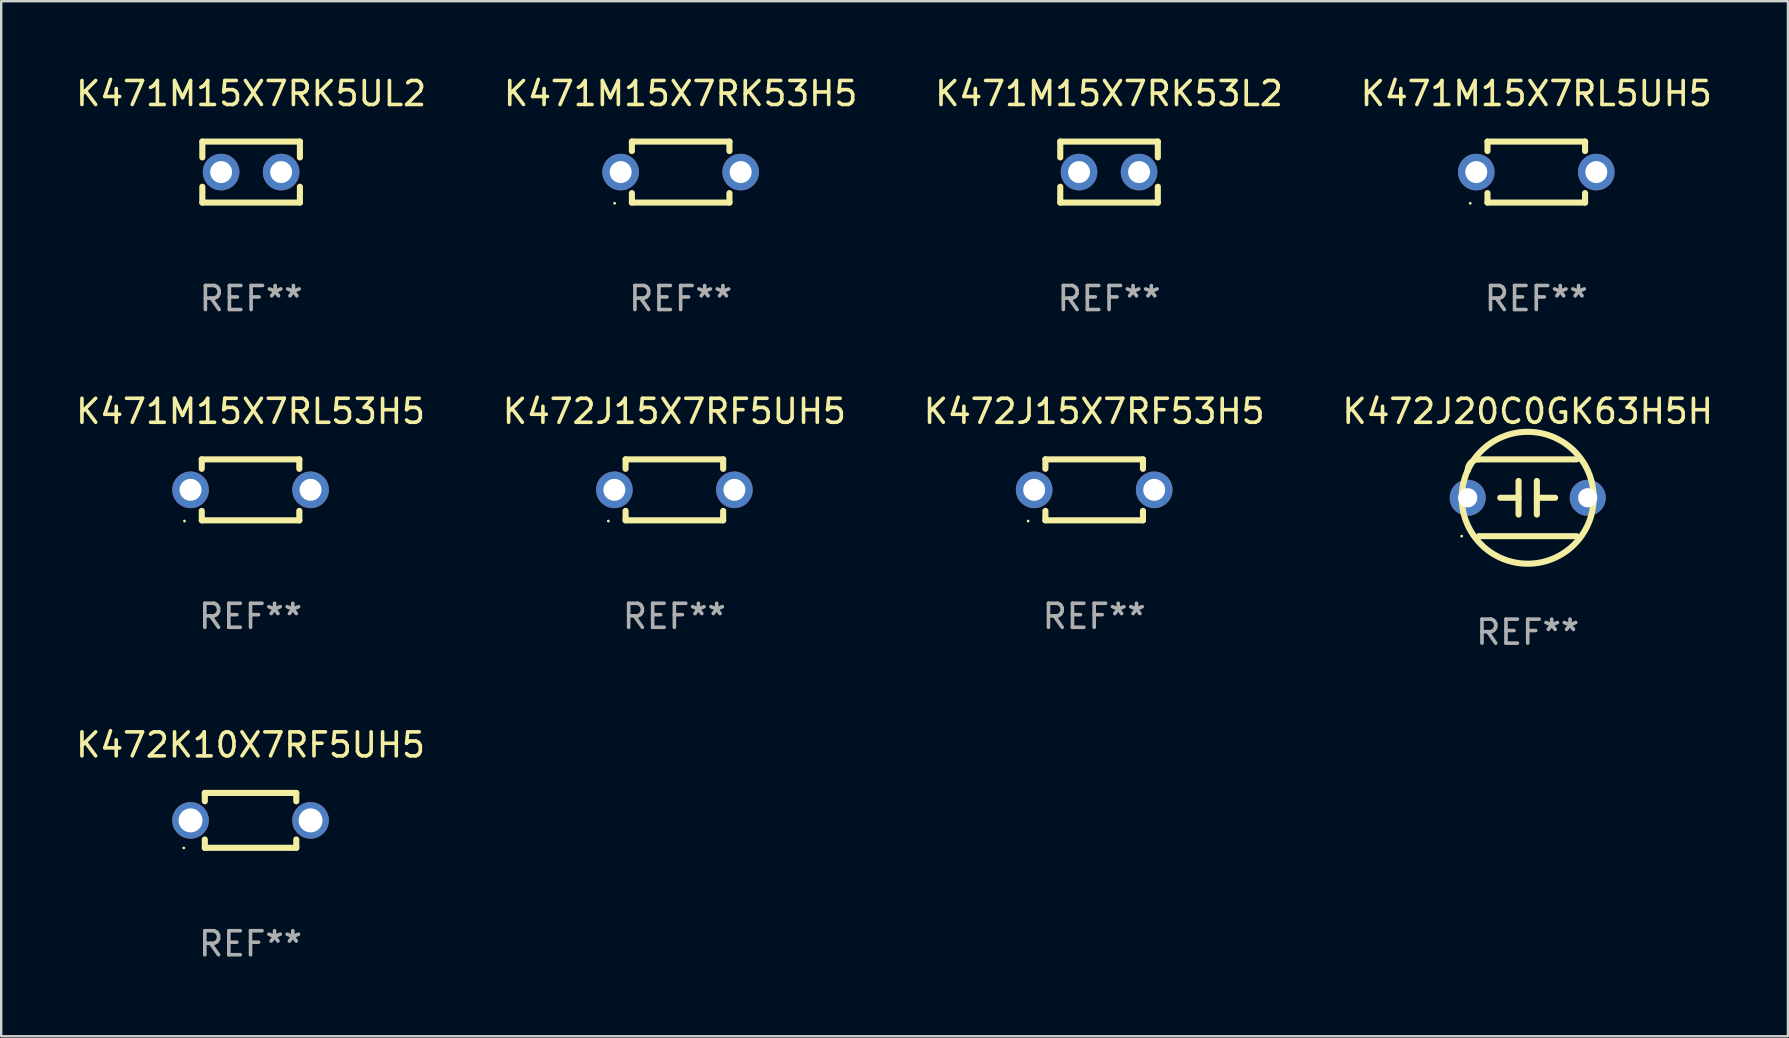
<source format=kicad_pcb>
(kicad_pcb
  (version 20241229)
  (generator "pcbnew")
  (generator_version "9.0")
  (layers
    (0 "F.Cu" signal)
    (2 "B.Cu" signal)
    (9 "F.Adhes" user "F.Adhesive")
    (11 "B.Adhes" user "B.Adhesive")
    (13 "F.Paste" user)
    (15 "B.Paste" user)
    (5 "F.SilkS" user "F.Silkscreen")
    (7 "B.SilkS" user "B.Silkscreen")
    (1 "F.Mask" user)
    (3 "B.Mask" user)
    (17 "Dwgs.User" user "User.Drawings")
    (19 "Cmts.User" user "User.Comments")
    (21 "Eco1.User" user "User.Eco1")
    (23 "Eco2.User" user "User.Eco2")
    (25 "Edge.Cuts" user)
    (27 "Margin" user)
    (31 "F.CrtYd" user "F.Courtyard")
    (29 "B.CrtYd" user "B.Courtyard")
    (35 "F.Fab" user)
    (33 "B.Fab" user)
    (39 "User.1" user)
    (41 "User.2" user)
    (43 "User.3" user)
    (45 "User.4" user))
  (footprint "K471M15X7RK53L2"
    (layer "F.Cu")
    (at 43.149 4.118)
    (property "Reference" "K471M15X7RK53L2" (at 0 -3.27 0) (layer "F.SilkS") (effects (font (size 1 1) (thickness 0.15))))
    (attr through_hole)
    (fp_line (start -2.032 -1.27) (end -2.032 -0.611) (stroke (width 0.254) (type solid)) (layer "F.SilkS"))
    (fp_line (start -2.032 0.611) (end -2.032 1.27) (stroke (width 0.254) (type solid)) (layer "F.SilkS"))
    (fp_line (start -2.032 1.27) (end 2.032 1.27) (stroke (width 0.254) (type solid)) (layer "F.SilkS"))
    (fp_line (start 2.032 -1.27) (end -2.032 -1.27) (stroke (width 0.254) (type solid)) (layer "F.SilkS"))
    (fp_line (start 2.032 -0.611) (end 2.032 -1.27) (stroke (width 0.254) (type solid)) (layer "F.SilkS"))
    (fp_line (start 2.032 1.27) (end 2.032 0.611) (stroke (width 0.254) (type solid)) (layer "F.SilkS"))
    (fp_circle (center -2 1.3) (end -1.97 1.3) (stroke (width 0.06) (type solid)) (fill no) (layer "F.SilkS"))
    (fp_text user "REF**" (at 0 5.27 0) (layer "F.Fab") (effects (font (size 1 1) (thickness 0.15))))
    (pad "1" thru_hole circle (at -1.25 0) (size 1.524 1.524) (drill 0.914) (layers "*.Cu" "*.Mask"))
    (pad "2" thru_hole circle (at 1.25 0) (size 1.524 1.524) (drill 0.914) (layers "*.Cu" "*.Mask")))
  (footprint "K472J20C0GK63H5H"
    (layer "F.Cu")
    (at 60.589 17.685)
    (property "Reference" "K472J20C0GK63H5H" (at 0 -3.6 0) (layer "F.SilkS") (effects (font (size 1 1) (thickness 0.15))))
    (attr through_hole)
    (fp_line (start -2.038 1.6) (end 2.038 1.6) (stroke (width 0.254) (type solid)) (layer "F.SilkS"))
    (fp_line (start -1.143 0) (end -0.381 0) (stroke (width 0.254) (type solid)) (layer "F.SilkS"))
    (fp_line (start -0.381 -0.699) (end -0.381 0.699) (stroke (width 0.254) (type solid)) (layer "F.SilkS"))
    (fp_line (start 0.381 -0.699) (end 0.381 0.699) (stroke (width 0.254) (type solid)) (layer "F.SilkS"))
    (fp_line (start 1.143 0) (end 0.381 0) (stroke (width 0.254) (type solid)) (layer "F.SilkS"))
    (fp_line (start 2.038 -1.6) (end -2.038 -1.6) (stroke (width 0.254) (type solid)) (layer "F.SilkS"))
    (fp_arc (start -2.500127 -1.137744) (mid -2.364728 -1.464626) (end -2.037846 -1.600025) (stroke (width 0.254001) (type solid)) (layer "F.SilkS"))
    (fp_arc (start -2.500127 1.137719) (mid 2.500149 -1.137741) (end -2.500127 1.137719) (stroke (width 0.254001) (type solid)) (layer "F.SilkS"))
    (fp_circle (center -2.75 1.6) (end -2.72 1.6) (stroke (width 0.06) (type solid)) (fill no) (layer "F.SilkS"))
    (fp_text user "REF**" (at 0 5.6 0) (layer "F.Fab") (effects (font (size 1 1) (thickness 0.15))))
    (pad "1" thru_hole circle (at -2.5 0) (size 1.5 1.5) (drill 0.8) (layers "*.Cu" "*.Mask"))
    (pad "2" thru_hole circle (at 2.5 0) (size 1.5 1.5) (drill 0.8) (layers "*.Cu" "*.Mask")))
  (footprint "K472J15X7RF5UH5"
    (layer "F.Cu")
    (at 25.042 17.355)
    (property "Reference" "K472J15X7RF5UH5" (at 0 -3.27 0) (layer "F.SilkS") (effects (font (size 1 1) (thickness 0.15))))
    (attr through_hole)
    (fp_line (start -2.032 -1.27) (end -2.032 -0.876) (stroke (width 0.254) (type solid)) (layer "F.SilkS"))
    (fp_line (start -2.032 0.876) (end -2.032 1.27) (stroke (width 0.254) (type solid)) (layer "F.SilkS"))
    (fp_line (start -2.032 1.27) (end 2.032 1.27) (stroke (width 0.254) (type solid)) (layer "F.SilkS"))
    (fp_line (start 2.032 -1.27) (end -2.032 -1.27) (stroke (width 0.254) (type solid)) (layer "F.SilkS"))
    (fp_line (start 2.032 -0.876) (end 2.032 -1.27) (stroke (width 0.254) (type solid)) (layer "F.SilkS"))
    (fp_line (start 2.032 1.27) (end 2.032 0.876) (stroke (width 0.254) (type solid)) (layer "F.SilkS"))
    (fp_circle (center -2.751 1.3) (end -2.721 1.3) (stroke (width 0.06) (type solid)) (fill no) (layer "F.SilkS"))
    (fp_text user "REF**" (at 0 5.27 0) (layer "F.Fab") (effects (font (size 1 1) (thickness 0.15))))
    (pad "1" thru_hole circle (at -2.5 0) (size 1.524 1.524) (drill 0.914) (layers "*.Cu" "*.Mask"))
    (pad "2" thru_hole circle (at 2.5 0) (size 1.524 1.524) (drill 0.914) (layers "*.Cu" "*.Mask")))
  (footprint "K472K10X7RF5UH5"
    (layer "F.Cu")
    (at 7.387 31.124)
    (property "Reference" "K472K10X7RF5UH5" (at 0 -3.143 0) (layer "F.SilkS") (effects (font (size 1 1) (thickness 0.15))))
    (attr through_hole)
    (fp_line (start -1.905 -1.143) (end 1.905 -1.143) (stroke (width 0.254) (type solid)) (layer "F.SilkS"))
    (fp_line (start -1.905 -0.795) (end -1.905 -1.143) (stroke (width 0.254) (type solid)) (layer "F.SilkS"))
    (fp_line (start -1.905 1.143) (end -1.905 0.795) (stroke (width 0.254) (type solid)) (layer "F.SilkS"))
    (fp_line (start 1.905 -1.143) (end 1.905 -0.795) (stroke (width 0.254) (type solid)) (layer "F.SilkS"))
    (fp_line (start 1.905 0.795) (end 1.905 1.143) (stroke (width 0.254) (type solid)) (layer "F.SilkS"))
    (fp_line (start 1.905 1.143) (end -1.905 1.143) (stroke (width 0.254) (type solid)) (layer "F.SilkS"))
    (fp_circle (center -2.781 1.15) (end -2.751 1.15) (stroke (width 0.06) (type solid)) (fill no) (layer "F.SilkS"))
    (fp_text user "REF**" (at 0 5.143 0) (layer "F.Fab") (effects (font (size 1 1) (thickness 0.15))))
    (pad "1" thru_hole circle (at -2.5 0) (size 1.524 1.524) (drill 1) (layers "*.Cu" "*.Mask"))
    (pad "2" thru_hole circle (at 2.5 0) (size 1.524 1.524) (drill 1) (layers "*.Cu" "*.Mask")))
  (footprint "K471M15X7RL5UH5"
    (layer "F.Cu")
    (at 60.946 4.118)
    (property "Reference" "K471M15X7RL5UH5" (at 0 -3.27 0) (layer "F.SilkS") (effects (font (size 1 1) (thickness 0.15))))
    (attr through_hole)
    (fp_line (start -2.032 -1.27) (end -2.032 -0.876) (stroke (width 0.254) (type solid)) (layer "F.SilkS"))
    (fp_line (start -2.032 0.876) (end -2.032 1.27) (stroke (width 0.254) (type solid)) (layer "F.SilkS"))
    (fp_line (start -2.032 1.27) (end 2.032 1.27) (stroke (width 0.254) (type solid)) (layer "F.SilkS"))
    (fp_line (start 2.032 -1.27) (end -2.032 -1.27) (stroke (width 0.254) (type solid)) (layer "F.SilkS"))
    (fp_line (start 2.032 -0.876) (end 2.032 -1.27) (stroke (width 0.254) (type solid)) (layer "F.SilkS"))
    (fp_line (start 2.032 1.27) (end 2.032 0.876) (stroke (width 0.254) (type solid)) (layer "F.SilkS"))
    (fp_circle (center -2.751 1.3) (end -2.721 1.3) (stroke (width 0.06) (type solid)) (fill no) (layer "F.SilkS"))
    (fp_text user "REF**" (at 0 5.27 0) (layer "F.Fab") (effects (font (size 1 1) (thickness 0.15))))
    (pad "1" thru_hole circle (at -2.5 0) (size 1.524 1.524) (drill 0.914) (layers "*.Cu" "*.Mask"))
    (pad "2" thru_hole circle (at 2.5 0) (size 1.524 1.524) (drill 0.914) (layers "*.Cu" "*.Mask")))
  (footprint "K472J15X7RF53H5"
    (layer "F.Cu")
    (at 42.53 17.355)
    (property "Reference" "K472J15X7RF53H5" (at 0 -3.27 0) (layer "F.SilkS") (effects (font (size 1 1) (thickness 0.15))))
    (attr through_hole)
    (fp_line (start -2.032 -1.27) (end -2.032 -0.876) (stroke (width 0.254) (type solid)) (layer "F.SilkS"))
    (fp_line (start -2.032 0.876) (end -2.032 1.27) (stroke (width 0.254) (type solid)) (layer "F.SilkS"))
    (fp_line (start -2.032 1.27) (end 2.032 1.27) (stroke (width 0.254) (type solid)) (layer "F.SilkS"))
    (fp_line (start 2.032 -1.27) (end -2.032 -1.27) (stroke (width 0.254) (type solid)) (layer "F.SilkS"))
    (fp_line (start 2.032 -0.876) (end 2.032 -1.27) (stroke (width 0.254) (type solid)) (layer "F.SilkS"))
    (fp_line (start 2.032 1.27) (end 2.032 0.876) (stroke (width 0.254) (type solid)) (layer "F.SilkS"))
    (fp_circle (center -2.751 1.3) (end -2.721 1.3) (stroke (width 0.06) (type solid)) (fill no) (layer "F.SilkS"))
    (fp_text user "REF**" (at 0 5.27 0) (layer "F.Fab") (effects (font (size 1 1) (thickness 0.15))))
    (pad "1" thru_hole circle (at -2.5 0) (size 1.524 1.524) (drill 0.914) (layers "*.Cu" "*.Mask"))
    (pad "2" thru_hole circle (at 2.5 0) (size 1.524 1.524) (drill 0.914) (layers "*.Cu" "*.Mask")))
  (footprint "K471M15X7RK5UL2"
    (layer "F.Cu")
    (at 7.411 4.118)
    (property "Reference" "K471M15X7RK5UL2" (at 0 -3.27 0) (layer "F.SilkS") (effects (font (size 1 1) (thickness 0.15))))
    (attr through_hole)
    (fp_line (start -2.032 -1.27) (end -2.032 -0.611) (stroke (width 0.254) (type solid)) (layer "F.SilkS"))
    (fp_line (start -2.032 0.611) (end -2.032 1.27) (stroke (width 0.254) (type solid)) (layer "F.SilkS"))
    (fp_line (start -2.032 1.27) (end 2.032 1.27) (stroke (width 0.254) (type solid)) (layer "F.SilkS"))
    (fp_line (start 2.032 -1.27) (end -2.032 -1.27) (stroke (width 0.254) (type solid)) (layer "F.SilkS"))
    (fp_line (start 2.032 -0.611) (end 2.032 -1.27) (stroke (width 0.254) (type solid)) (layer "F.SilkS"))
    (fp_line (start 2.032 1.27) (end 2.032 0.611) (stroke (width 0.254) (type solid)) (layer "F.SilkS"))
    (fp_circle (center -2 1.3) (end -1.97 1.3) (stroke (width 0.06) (type solid)) (fill no) (layer "F.SilkS"))
    (fp_text user "REF**" (at 0 5.27 0) (layer "F.Fab") (effects (font (size 1 1) (thickness 0.15))))
    (pad "1" thru_hole circle (at -1.25 0) (size 1.524 1.524) (drill 0.914) (layers "*.Cu" "*.Mask"))
    (pad "2" thru_hole circle (at 1.25 0) (size 1.524 1.524) (drill 0.914) (layers "*.Cu" "*.Mask")))
  (footprint "K471M15X7RK53H5"
    (layer "F.Cu")
    (at 25.304 4.118)
    (property "Reference" "K471M15X7RK53H5" (at 0 -3.27 0) (layer "F.SilkS") (effects (font (size 1 1) (thickness 0.15))))
    (attr through_hole)
    (fp_line (start -2.032 -1.27) (end -2.032 -0.876) (stroke (width 0.254) (type solid)) (layer "F.SilkS"))
    (fp_line (start -2.032 0.876) (end -2.032 1.27) (stroke (width 0.254) (type solid)) (layer "F.SilkS"))
    (fp_line (start -2.032 1.27) (end 2.032 1.27) (stroke (width 0.254) (type solid)) (layer "F.SilkS"))
    (fp_line (start 2.032 -1.27) (end -2.032 -1.27) (stroke (width 0.254) (type solid)) (layer "F.SilkS"))
    (fp_line (start 2.032 -0.876) (end 2.032 -1.27) (stroke (width 0.254) (type solid)) (layer "F.SilkS"))
    (fp_line (start 2.032 1.27) (end 2.032 0.876) (stroke (width 0.254) (type solid)) (layer "F.SilkS"))
    (fp_circle (center -2.751 1.3) (end -2.721 1.3) (stroke (width 0.06) (type solid)) (fill no) (layer "F.SilkS"))
    (fp_text user "REF**" (at 0 5.27 0) (layer "F.Fab") (effects (font (size 1 1) (thickness 0.15))))
    (pad "1" thru_hole circle (at -2.5 0) (size 1.524 1.524) (drill 0.914) (layers "*.Cu" "*.Mask"))
    (pad "2" thru_hole circle (at 2.5 0) (size 1.524 1.524) (drill 0.914) (layers "*.Cu" "*.Mask")))
  (footprint "K471M15X7RL53H5"
    (layer "F.Cu")
    (at 7.387 17.355)
    (property "Reference" "K471M15X7RL53H5" (at 0 -3.27 0) (layer "F.SilkS") (effects (font (size 1 1) (thickness 0.15))))
    (attr through_hole)
    (fp_line (start -2.032 -1.27) (end -2.032 -0.876) (stroke (width 0.254) (type solid)) (layer "F.SilkS"))
    (fp_line (start -2.032 0.876) (end -2.032 1.27) (stroke (width 0.254) (type solid)) (layer "F.SilkS"))
    (fp_line (start -2.032 1.27) (end 2.032 1.27) (stroke (width 0.254) (type solid)) (layer "F.SilkS"))
    (fp_line (start 2.032 -1.27) (end -2.032 -1.27) (stroke (width 0.254) (type solid)) (layer "F.SilkS"))
    (fp_line (start 2.032 -0.876) (end 2.032 -1.27) (stroke (width 0.254) (type solid)) (layer "F.SilkS"))
    (fp_line (start 2.032 1.27) (end 2.032 0.876) (stroke (width 0.254) (type solid)) (layer "F.SilkS"))
    (fp_circle (center -2.751 1.3) (end -2.721 1.3) (stroke (width 0.06) (type solid)) (fill no) (layer "F.SilkS"))
    (fp_text user "REF**" (at 0 5.27 0) (layer "F.Fab") (effects (font (size 1 1) (thickness 0.15))))
    (pad "1" thru_hole circle (at -2.5 0) (size 1.524 1.524) (drill 0.914) (layers "*.Cu" "*.Mask"))
    (pad "2" thru_hole circle (at 2.5 0) (size 1.524 1.524) (drill 0.914) (layers "*.Cu" "*.Mask")))
  (gr_rect
    (start -3 -3)
    (end 71.429 40.116)
    (stroke (width 0.1) (type default))
    (fill no)
    (layer "Edge.Cuts")))
</source>
